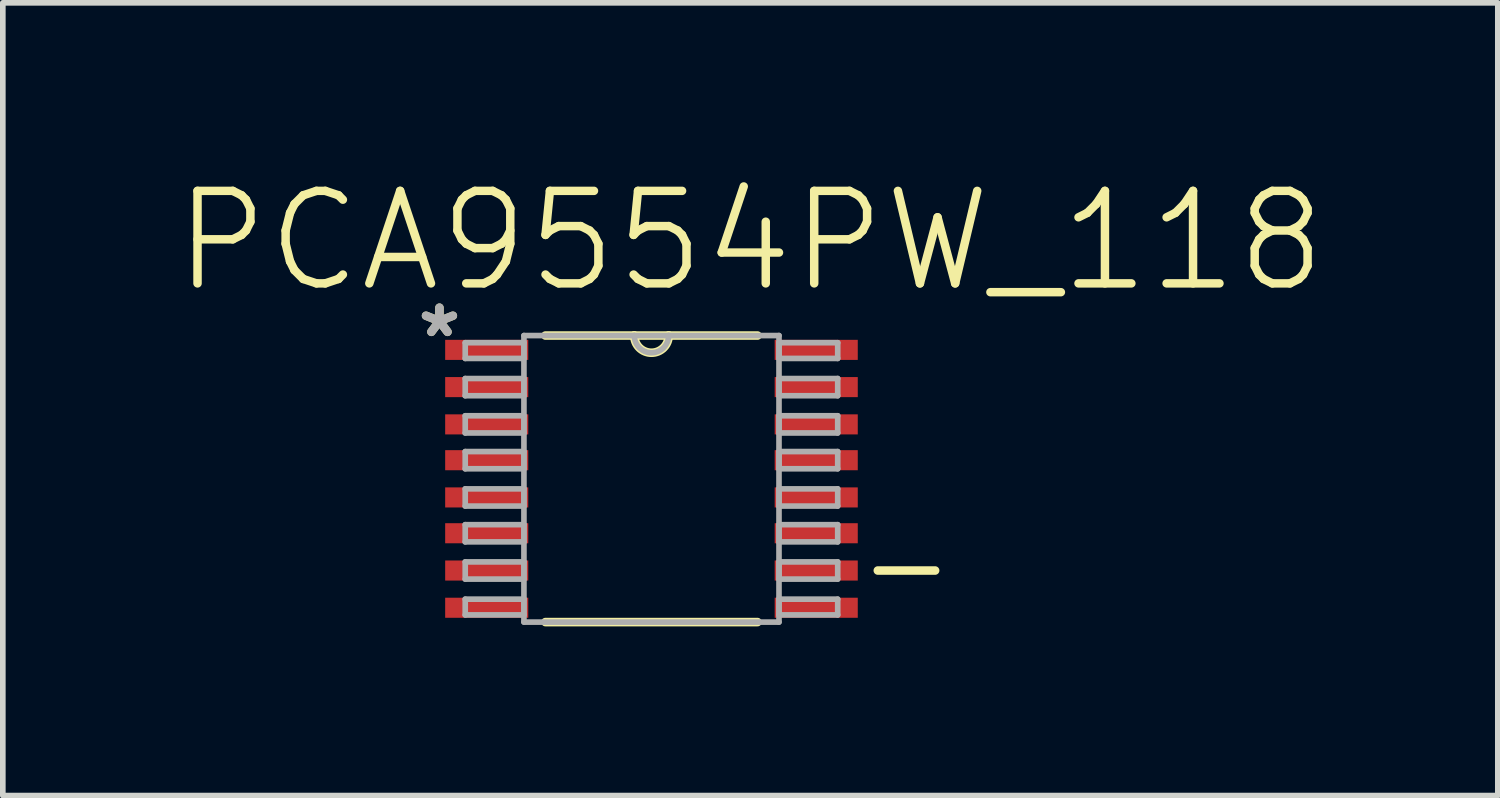
<source format=kicad_pcb>
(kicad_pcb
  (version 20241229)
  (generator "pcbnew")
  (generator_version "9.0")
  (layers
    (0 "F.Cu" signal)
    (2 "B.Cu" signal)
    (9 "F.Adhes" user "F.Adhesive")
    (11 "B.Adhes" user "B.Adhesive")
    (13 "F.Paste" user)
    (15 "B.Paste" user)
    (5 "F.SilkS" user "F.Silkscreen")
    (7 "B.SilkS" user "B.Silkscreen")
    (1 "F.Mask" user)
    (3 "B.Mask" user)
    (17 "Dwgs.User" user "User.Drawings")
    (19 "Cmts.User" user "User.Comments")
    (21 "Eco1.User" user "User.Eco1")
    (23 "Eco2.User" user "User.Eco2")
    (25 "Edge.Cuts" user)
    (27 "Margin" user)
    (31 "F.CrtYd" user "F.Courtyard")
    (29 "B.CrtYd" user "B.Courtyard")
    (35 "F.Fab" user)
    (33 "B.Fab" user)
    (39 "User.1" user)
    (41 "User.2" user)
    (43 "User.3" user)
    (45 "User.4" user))
  (footprint "PCA9554PW_118"
    (layer "F.Cu")
    (at 8.5 5.439)
    (property "Reference" "PCA9554PW_118" (at 1.753 -4.216 0) (layer "F.SilkS") (effects (font (size 1.64 1.64) (thickness 0.15))))
    (attr smd)
    (fp_line (start -1.88 2.54) (end 1.88 2.54) (stroke (width 0.152) (type solid)) (layer "F.SilkS"))
    (fp_line (start -0.305 -2.54) (end -1.88 -2.54) (stroke (width 0.152) (type solid)) (layer "F.SilkS"))
    (fp_line (start 0.305 -2.54) (end -0.305 -2.54) (stroke (width 0.152) (type solid)) (layer "F.SilkS"))
    (fp_line (start 1.88 -2.54) (end 0.305 -2.54) (stroke (width 0.152) (type solid)) (layer "F.SilkS"))
    (fp_line (start 5.029 1.626) (end 4.013 1.626) (stroke (width 0.152) (type solid)) (layer "F.SilkS"))
    (fp_arc (start 0.3048 -2.54) (mid 0 -2.2352) (end -0.3048 -2.54) (stroke (width 0.1524) (type solid)) (layer "F.SilkS"))
    (fp_line (start -3.302 -2.413) (end -3.302 -2.134) (stroke (width 0.1) (type solid)) (layer "F.Fab"))
    (fp_line (start -3.302 -2.134) (end -2.261 -2.134) (stroke (width 0.1) (type solid)) (layer "F.Fab"))
    (fp_line (start -3.302 -1.778) (end -3.302 -1.473) (stroke (width 0.1) (type solid)) (layer "F.Fab"))
    (fp_line (start -3.302 -1.473) (end -2.261 -1.473) (stroke (width 0.1) (type solid)) (layer "F.Fab"))
    (fp_line (start -3.302 -1.118) (end -3.302 -0.813) (stroke (width 0.1) (type solid)) (layer "F.Fab"))
    (fp_line (start -3.302 -0.813) (end -2.261 -0.813) (stroke (width 0.1) (type solid)) (layer "F.Fab"))
    (fp_line (start -3.302 -0.483) (end -3.302 -0.178) (stroke (width 0.1) (type solid)) (layer "F.Fab"))
    (fp_line (start -3.302 -0.178) (end -2.261 -0.178) (stroke (width 0.1) (type solid)) (layer "F.Fab"))
    (fp_line (start -3.302 0.178) (end -3.302 0.483) (stroke (width 0.1) (type solid)) (layer "F.Fab"))
    (fp_line (start -3.302 0.483) (end -2.261 0.483) (stroke (width 0.1) (type solid)) (layer "F.Fab"))
    (fp_line (start -3.302 0.813) (end -3.302 1.118) (stroke (width 0.1) (type solid)) (layer "F.Fab"))
    (fp_line (start -3.302 1.118) (end -2.261 1.118) (stroke (width 0.1) (type solid)) (layer "F.Fab"))
    (fp_line (start -3.302 1.473) (end -3.302 1.778) (stroke (width 0.1) (type solid)) (layer "F.Fab"))
    (fp_line (start -3.302 1.778) (end -2.261 1.778) (stroke (width 0.1) (type solid)) (layer "F.Fab"))
    (fp_line (start -3.302 2.134) (end -3.302 2.413) (stroke (width 0.1) (type solid)) (layer "F.Fab"))
    (fp_line (start -3.302 2.413) (end -2.261 2.413) (stroke (width 0.1) (type solid)) (layer "F.Fab"))
    (fp_line (start -2.261 -2.54) (end -2.261 2.54) (stroke (width 0.1) (type solid)) (layer "F.Fab"))
    (fp_line (start -2.261 -2.413) (end -3.302 -2.413) (stroke (width 0.1) (type solid)) (layer "F.Fab"))
    (fp_line (start -2.261 -2.134) (end -2.261 -2.413) (stroke (width 0.1) (type solid)) (layer "F.Fab"))
    (fp_line (start -2.261 -1.778) (end -3.302 -1.778) (stroke (width 0.1) (type solid)) (layer "F.Fab"))
    (fp_line (start -2.261 -1.473) (end -2.261 -1.778) (stroke (width 0.1) (type solid)) (layer "F.Fab"))
    (fp_line (start -2.261 -1.118) (end -3.302 -1.118) (stroke (width 0.1) (type solid)) (layer "F.Fab"))
    (fp_line (start -2.261 -0.813) (end -2.261 -1.118) (stroke (width 0.1) (type solid)) (layer "F.Fab"))
    (fp_line (start -2.261 -0.483) (end -3.302 -0.483) (stroke (width 0.1) (type solid)) (layer "F.Fab"))
    (fp_line (start -2.261 -0.178) (end -2.261 -0.483) (stroke (width 0.1) (type solid)) (layer "F.Fab"))
    (fp_line (start -2.261 0.178) (end -3.302 0.178) (stroke (width 0.1) (type solid)) (layer "F.Fab"))
    (fp_line (start -2.261 0.483) (end -2.261 0.178) (stroke (width 0.1) (type solid)) (layer "F.Fab"))
    (fp_line (start -2.261 0.813) (end -3.302 0.813) (stroke (width 0.1) (type solid)) (layer "F.Fab"))
    (fp_line (start -2.261 1.118) (end -2.261 0.813) (stroke (width 0.1) (type solid)) (layer "F.Fab"))
    (fp_line (start -2.261 1.473) (end -3.302 1.473) (stroke (width 0.1) (type solid)) (layer "F.Fab"))
    (fp_line (start -2.261 1.778) (end -2.261 1.473) (stroke (width 0.1) (type solid)) (layer "F.Fab"))
    (fp_line (start -2.261 2.134) (end -3.302 2.134) (stroke (width 0.1) (type solid)) (layer "F.Fab"))
    (fp_line (start -2.261 2.413) (end -2.261 2.134) (stroke (width 0.1) (type solid)) (layer "F.Fab"))
    (fp_line (start -2.261 2.54) (end 2.261 2.54) (stroke (width 0.1) (type solid)) (layer "F.Fab"))
    (fp_line (start -0.305 -2.54) (end -2.261 -2.54) (stroke (width 0.1) (type solid)) (layer "F.Fab"))
    (fp_line (start 0.305 -2.54) (end -0.305 -2.54) (stroke (width 0.1) (type solid)) (layer "F.Fab"))
    (fp_line (start 2.261 -2.54) (end 0.305 -2.54) (stroke (width 0.1) (type solid)) (layer "F.Fab"))
    (fp_line (start 2.261 -2.413) (end 2.261 -2.134) (stroke (width 0.1) (type solid)) (layer "F.Fab"))
    (fp_line (start 2.261 -2.134) (end 3.302 -2.134) (stroke (width 0.1) (type solid)) (layer "F.Fab"))
    (fp_line (start 2.261 -1.778) (end 2.261 -1.473) (stroke (width 0.1) (type solid)) (layer "F.Fab"))
    (fp_line (start 2.261 -1.473) (end 3.302 -1.473) (stroke (width 0.1) (type solid)) (layer "F.Fab"))
    (fp_line (start 2.261 -1.118) (end 2.261 -0.813) (stroke (width 0.1) (type solid)) (layer "F.Fab"))
    (fp_line (start 2.261 -0.813) (end 3.302 -0.813) (stroke (width 0.1) (type solid)) (layer "F.Fab"))
    (fp_line (start 2.261 -0.483) (end 2.261 -0.178) (stroke (width 0.1) (type solid)) (layer "F.Fab"))
    (fp_line (start 2.261 -0.178) (end 3.302 -0.178) (stroke (width 0.1) (type solid)) (layer "F.Fab"))
    (fp_line (start 2.261 0.178) (end 2.261 0.483) (stroke (width 0.1) (type solid)) (layer "F.Fab"))
    (fp_line (start 2.261 0.483) (end 3.302 0.483) (stroke (width 0.1) (type solid)) (layer "F.Fab"))
    (fp_line (start 2.261 0.813) (end 2.261 1.118) (stroke (width 0.1) (type solid)) (layer "F.Fab"))
    (fp_line (start 2.261 1.118) (end 3.302 1.118) (stroke (width 0.1) (type solid)) (layer "F.Fab"))
    (fp_line (start 2.261 1.473) (end 2.261 1.778) (stroke (width 0.1) (type solid)) (layer "F.Fab"))
    (fp_line (start 2.261 1.778) (end 3.302 1.778) (stroke (width 0.1) (type solid)) (layer "F.Fab"))
    (fp_line (start 2.261 2.134) (end 2.261 2.413) (stroke (width 0.1) (type solid)) (layer "F.Fab"))
    (fp_line (start 2.261 2.413) (end 3.302 2.413) (stroke (width 0.1) (type solid)) (layer "F.Fab"))
    (fp_line (start 2.261 2.54) (end 2.261 -2.54) (stroke (width 0.1) (type solid)) (layer "F.Fab"))
    (fp_line (start 3.302 -2.413) (end 2.261 -2.413) (stroke (width 0.1) (type solid)) (layer "F.Fab"))
    (fp_line (start 3.302 -2.134) (end 3.302 -2.413) (stroke (width 0.1) (type solid)) (layer "F.Fab"))
    (fp_line (start 3.302 -1.778) (end 2.261 -1.778) (stroke (width 0.1) (type solid)) (layer "F.Fab"))
    (fp_line (start 3.302 -1.473) (end 3.302 -1.778) (stroke (width 0.1) (type solid)) (layer "F.Fab"))
    (fp_line (start 3.302 -1.118) (end 2.261 -1.118) (stroke (width 0.1) (type solid)) (layer "F.Fab"))
    (fp_line (start 3.302 -0.813) (end 3.302 -1.118) (stroke (width 0.1) (type solid)) (layer "F.Fab"))
    (fp_line (start 3.302 -0.483) (end 2.261 -0.483) (stroke (width 0.1) (type solid)) (layer "F.Fab"))
    (fp_line (start 3.302 -0.178) (end 3.302 -0.483) (stroke (width 0.1) (type solid)) (layer "F.Fab"))
    (fp_line (start 3.302 0.178) (end 2.261 0.178) (stroke (width 0.1) (type solid)) (layer "F.Fab"))
    (fp_line (start 3.302 0.483) (end 3.302 0.178) (stroke (width 0.1) (type solid)) (layer "F.Fab"))
    (fp_line (start 3.302 0.813) (end 2.261 0.813) (stroke (width 0.1) (type solid)) (layer "F.Fab"))
    (fp_line (start 3.302 1.118) (end 3.302 0.813) (stroke (width 0.1) (type solid)) (layer "F.Fab"))
    (fp_line (start 3.302 1.473) (end 2.261 1.473) (stroke (width 0.1) (type solid)) (layer "F.Fab"))
    (fp_line (start 3.302 1.778) (end 3.302 1.473) (stroke (width 0.1) (type solid)) (layer "F.Fab"))
    (fp_line (start 3.302 2.134) (end 2.261 2.134) (stroke (width 0.1) (type solid)) (layer "F.Fab"))
    (fp_line (start 3.302 2.413) (end 3.302 2.134) (stroke (width 0.1) (type solid)) (layer "F.Fab"))
    (fp_arc (start 0.3048 -2.54) (mid 0 -2.2352) (end -0.3048 -2.54) (stroke (width 0.1) (type solid)) (layer "F.Fab"))
    (fp_text user "*" (at -3.759 -2.489 0) (layer "F.SilkS") (effects (font (size 1 1) (thickness 0.15))))
    (fp_text user "*" (at -3.759 -2.489 0) (layer "F.Fab") (effects (font (size 1 1) (thickness 0.15))))
    (pad "1" smd rect (at -2.921 -2.286) (size 1.473 0.356) (layers "F.Cu" "F.Mask" "F.Paste"))
    (pad "2" smd rect (at -2.921 -1.626) (size 1.473 0.356) (layers "F.Cu" "F.Mask" "F.Paste"))
    (pad "3" smd rect (at -2.921 -0.965) (size 1.473 0.356) (layers "F.Cu" "F.Mask" "F.Paste"))
    (pad "4" smd rect (at -2.921 -0.33) (size 1.473 0.356) (layers "F.Cu" "F.Mask" "F.Paste"))
    (pad "5" smd rect (at -2.921 0.33) (size 1.473 0.356) (layers "F.Cu" "F.Mask" "F.Paste"))
    (pad "6" smd rect (at -2.921 0.965) (size 1.473 0.356) (layers "F.Cu" "F.Mask" "F.Paste"))
    (pad "7" smd rect (at -2.921 1.626) (size 1.473 0.356) (layers "F.Cu" "F.Mask" "F.Paste"))
    (pad "8" smd rect (at -2.921 2.286) (size 1.473 0.356) (layers "F.Cu" "F.Mask" "F.Paste"))
    (pad "9" smd rect (at 2.921 2.286) (size 1.473 0.356) (layers "F.Cu" "F.Mask" "F.Paste"))
    (pad "10" smd rect (at 2.921 1.626) (size 1.473 0.356) (layers "F.Cu" "F.Mask" "F.Paste"))
    (pad "11" smd rect (at 2.921 0.965) (size 1.473 0.356) (layers "F.Cu" "F.Mask" "F.Paste"))
    (pad "12" smd rect (at 2.921 0.33) (size 1.473 0.356) (layers "F.Cu" "F.Mask" "F.Paste"))
    (pad "13" smd rect (at 2.921 -0.33) (size 1.473 0.356) (layers "F.Cu" "F.Mask" "F.Paste"))
    (pad "14" smd rect (at 2.921 -0.965) (size 1.473 0.356) (layers "F.Cu" "F.Mask" "F.Paste"))
    (pad "15" smd rect (at 2.921 -1.626) (size 1.473 0.356) (layers "F.Cu" "F.Mask" "F.Paste"))
    (pad "16" smd rect (at 2.921 -2.286) (size 1.473 0.356) (layers "F.Cu" "F.Mask" "F.Paste")))
  (gr_rect
    (start -3 -3)
    (end 23.505 11.055)
    (stroke (width 0.1) (type default))
    (fill no)
    (layer "Edge.Cuts")))
</source>
